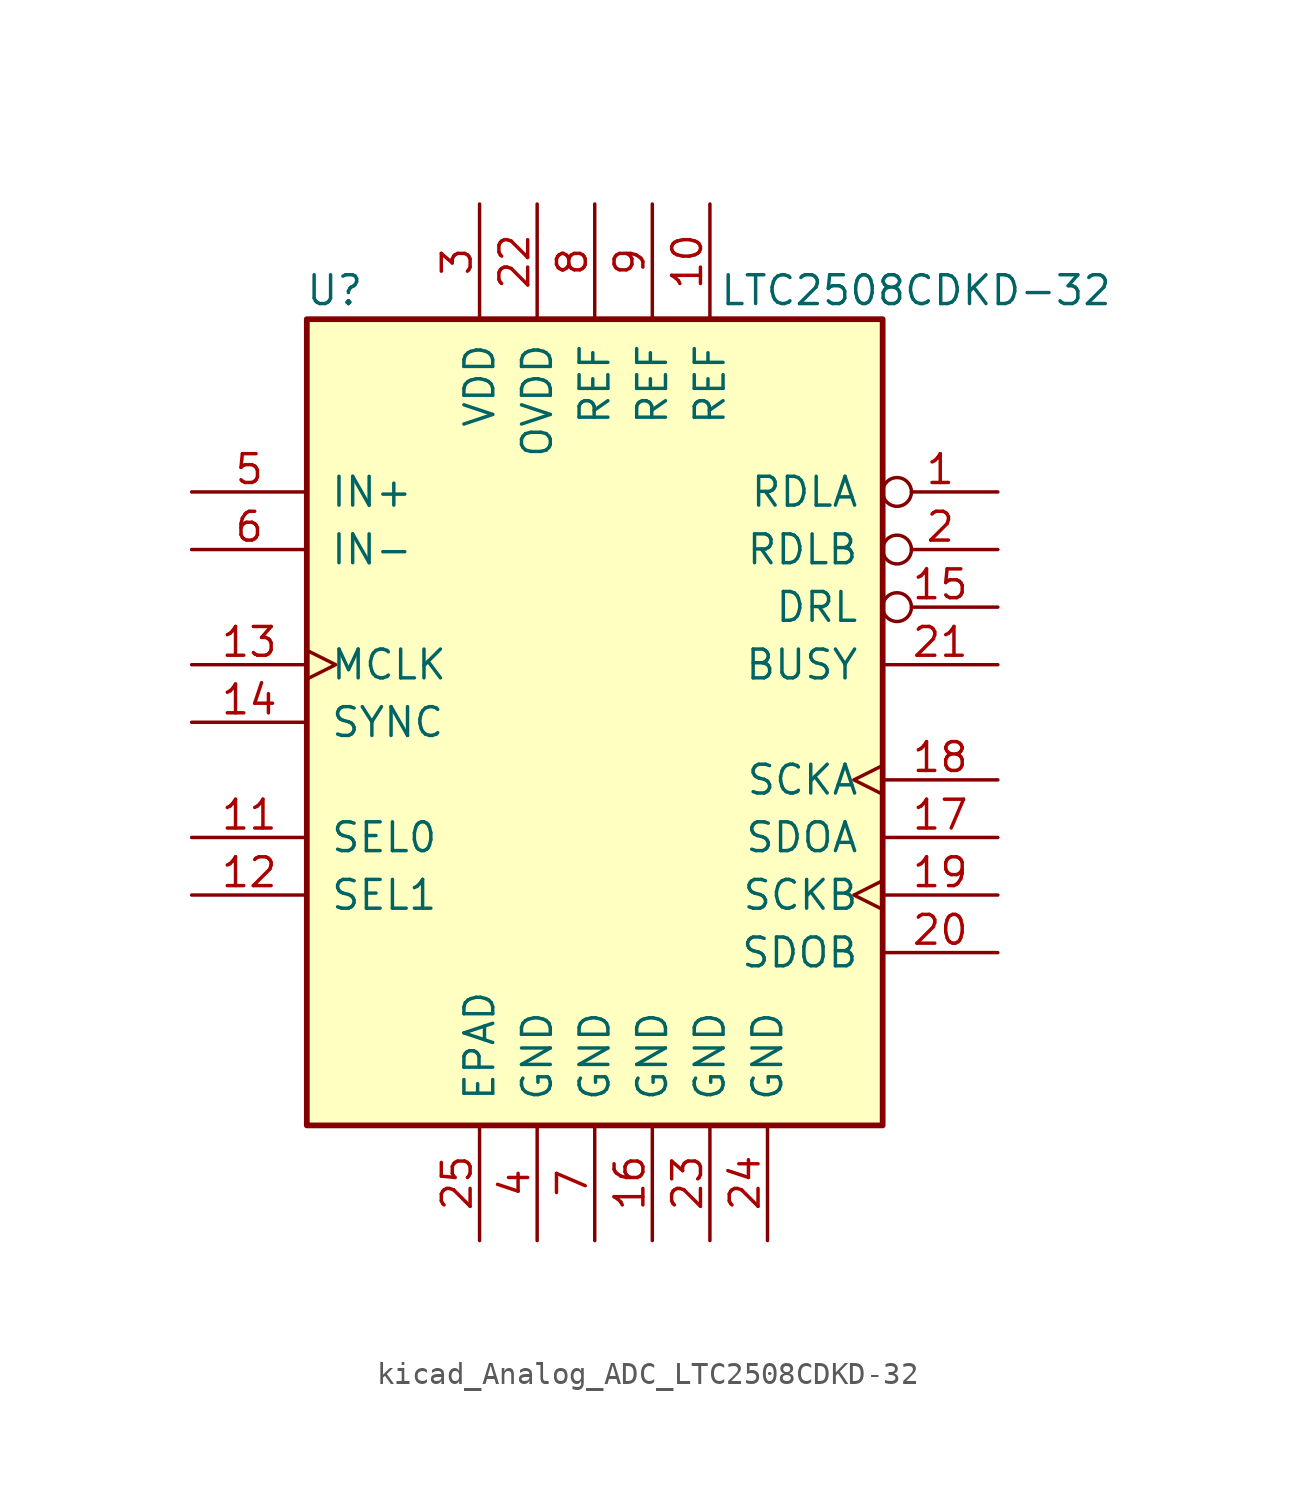
<source format=kicad_sym>
(kicad_symbol_lib
  (version 20220914)
  (generator kicad_symbol_editor)
  (symbol "kicad_Analog_ADC_LTC2508CDKD-32"
    (pin_names
      (offset 1.016))
    (property "Reference" "U"
      (at -10.16 19.05 0)
      (effects (font (size 1.27 1.27)) (justify right)))
    (property "Value" "LTC2508CDKD-32"
      (at 22.86 19.05 0)
      (effects (font (size 1.27 1.27)) (justify right)))
    (symbol "kicad_Analog_ADC_LTC2508CDKD-32_0_1"
      (rectangle (start -12.7 17.78) (end 12.7 -17.78) (stroke (width 0.254) (type default)) (fill (type background))))
    (symbol "kicad_Analog_ADC_LTC2508CDKD-32_1_1"
      (pin input inverted (at 17.78 10.16 180) (length 5.08) (name "RDLA" (effects (font (size 1.27 1.27)))) (number "1" (effects (font (size 1.27 1.27)))))
      (pin passive line (at 5.08 22.86 270) (length 5.08) (name "REF" (effects (font (size 1.27 1.27)))) (number "10" (effects (font (size 1.27 1.27)))))
      (pin input line (at -17.78 -5.08 0) (length 5.08) (name "SEL0" (effects (font (size 1.27 1.27)))) (number "11" (effects (font (size 1.27 1.27)))))
      (pin input line (at -17.78 -7.62 0) (length 5.08) (name "SEL1" (effects (font (size 1.27 1.27)))) (number "12" (effects (font (size 1.27 1.27)))))
      (pin input clock (at -17.78 2.54 0) (length 5.08) (name "MCLK" (effects (font (size 1.27 1.27)))) (number "13" (effects (font (size 1.27 1.27)))))
      (pin input line (at -17.78 0 0) (length 5.08) (name "SYNC" (effects (font (size 1.27 1.27)))) (number "14" (effects (font (size 1.27 1.27)))))
      (pin output inverted (at 17.78 5.08 180) (length 5.08) (name "DRL" (effects (font (size 1.27 1.27)))) (number "15" (effects (font (size 1.27 1.27)))))
      (pin power_in line (at 2.54 -22.86 90) (length 5.08) (name "GND" (effects (font (size 1.27 1.27)))) (number "16" (effects (font (size 1.27 1.27)))))
      (pin tri_state line (at 17.78 -5.08 180) (length 5.08) (name "SDOA" (effects (font (size 1.27 1.27)))) (number "17" (effects (font (size 1.27 1.27)))))
      (pin input clock (at 17.78 -2.54 180) (length 5.08) (name "SCKA" (effects (font (size 1.27 1.27)))) (number "18" (effects (font (size 1.27 1.27)))))
      (pin input clock (at 17.78 -7.62 180) (length 5.08) (name "SCKB" (effects (font (size 1.27 1.27)))) (number "19" (effects (font (size 1.27 1.27)))))
      (pin input inverted (at 17.78 7.62 180) (length 5.08) (name "RDLB" (effects (font (size 1.27 1.27)))) (number "2" (effects (font (size 1.27 1.27)))))
      (pin tri_state line (at 17.78 -10.16 180) (length 5.08) (name "SDOB" (effects (font (size 1.27 1.27)))) (number "20" (effects (font (size 1.27 1.27)))))
      (pin output line (at 17.78 2.54 180) (length 5.08) (name "BUSY" (effects (font (size 1.27 1.27)))) (number "21" (effects (font (size 1.27 1.27)))))
      (pin power_in line (at -2.54 22.86 270) (length 5.08) (name "OVDD" (effects (font (size 1.27 1.27)))) (number "22" (effects (font (size 1.27 1.27)))))
      (pin power_in line (at 5.08 -22.86 90) (length 5.08) (name "GND" (effects (font (size 1.27 1.27)))) (number "23" (effects (font (size 1.27 1.27)))))
      (pin power_in line (at 7.62 -22.86 90) (length 5.08) (name "GND" (effects (font (size 1.27 1.27)))) (number "24" (effects (font (size 1.27 1.27)))))
      (pin power_in line (at -5.08 -22.86 90) (length 5.08) (name "EPAD" (effects (font (size 1.27 1.27)))) (number "25" (effects (font (size 1.27 1.27)))))
      (pin power_in line (at -5.08 22.86 270) (length 5.08) (name "VDD" (effects (font (size 1.27 1.27)))) (number "3" (effects (font (size 1.27 1.27)))))
      (pin power_in line (at -2.54 -22.86 90) (length 5.08) (name "GND" (effects (font (size 1.27 1.27)))) (number "4" (effects (font (size 1.27 1.27)))))
      (pin input line (at -17.78 10.16 0) (length 5.08) (name "IN+" (effects (font (size 1.27 1.27)))) (number "5" (effects (font (size 1.27 1.27)))))
      (pin input line (at -17.78 7.62 0) (length 5.08) (name "IN-" (effects (font (size 1.27 1.27)))) (number "6" (effects (font (size 1.27 1.27)))))
      (pin power_in line (at 0 -22.86 90) (length 5.08) (name "GND" (effects (font (size 1.27 1.27)))) (number "7" (effects (font (size 1.27 1.27)))))
      (pin passive line (at 0 22.86 270) (length 5.08) (name "REF" (effects (font (size 1.27 1.27)))) (number "8" (effects (font (size 1.27 1.27)))))
      (pin passive line (at 2.54 22.86 270) (length 5.08) (name "REF" (effects (font (size 1.27 1.27)))) (number "9" (effects (font (size 1.27 1.27))))))))
</source>
